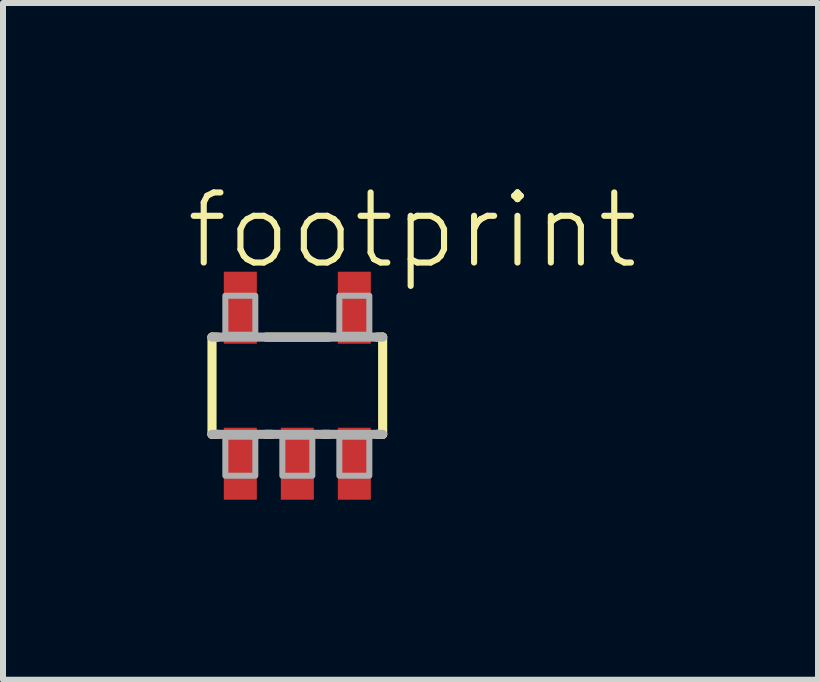
<source format=kicad_pcb>
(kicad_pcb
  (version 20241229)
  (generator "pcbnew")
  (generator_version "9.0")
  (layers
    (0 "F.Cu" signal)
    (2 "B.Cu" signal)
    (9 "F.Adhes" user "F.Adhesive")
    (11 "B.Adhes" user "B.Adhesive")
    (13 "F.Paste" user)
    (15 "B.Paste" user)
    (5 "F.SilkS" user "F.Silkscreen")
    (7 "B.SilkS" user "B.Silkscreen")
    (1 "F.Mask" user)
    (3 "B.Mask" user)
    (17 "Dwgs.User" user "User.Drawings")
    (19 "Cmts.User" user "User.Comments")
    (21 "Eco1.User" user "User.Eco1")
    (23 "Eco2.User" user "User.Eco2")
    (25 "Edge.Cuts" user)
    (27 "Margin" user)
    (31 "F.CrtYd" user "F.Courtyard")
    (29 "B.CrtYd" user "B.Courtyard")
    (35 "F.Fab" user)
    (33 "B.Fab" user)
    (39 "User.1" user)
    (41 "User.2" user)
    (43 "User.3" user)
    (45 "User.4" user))
  (footprint "footprint"
    (layer "F.Cu")
    (at 1.905 3.378)
    (property "Reference" "footprint" (at -1.905 -1.905 0) (layer "F.SilkS") (effects (font (size 1.168 1.168) (thickness 0.102)) (justify left bottom)))
    (fp_line (start -1.422 -0.81) (end -1.328 -0.81) (stroke (width 0.152) (type solid)) (layer "F.SilkS"))
    (fp_line (start -1.422 0.81) (end -1.422 -0.81) (stroke (width 0.152) (type solid)) (layer "F.SilkS"))
    (fp_line (start -1.328 0.81) (end -1.422 0.81) (stroke (width 0.152) (type solid)) (layer "F.SilkS"))
    (fp_line (start -0.522 -0.81) (end 0.522 -0.81) (stroke (width 0.152) (type solid)) (layer "F.SilkS"))
    (fp_line (start -0.428 0.81) (end -0.522 0.81) (stroke (width 0.152) (type solid)) (layer "F.SilkS"))
    (fp_line (start 0.522 0.81) (end 0.428 0.81) (stroke (width 0.152) (type solid)) (layer "F.SilkS"))
    (fp_line (start 1.328 -0.81) (end 1.422 -0.81) (stroke (width 0.152) (type solid)) (layer "F.SilkS"))
    (fp_line (start 1.422 -0.81) (end 1.422 0.81) (stroke (width 0.152) (type solid)) (layer "F.SilkS"))
    (fp_line (start 1.422 0.81) (end 1.328 0.81) (stroke (width 0.152) (type solid)) (layer "F.SilkS"))
    (fp_line (start -1.422 -0.81) (end 1.422 -0.81) (stroke (width 0.152) (type solid)) (layer "F.Fab"))
    (fp_line (start 1.422 0.81) (end -1.422 0.81) (stroke (width 0.152) (type solid)) (layer "F.Fab"))
    (fp_poly (pts (xy -1.2 -0.85) (xy -0.7 -0.85) (xy -0.7 -1.5) (xy -1.2 -1.5)) (stroke (width 0.1) (type solid)) (fill no) (layer "F.Fab"))
    (fp_poly (pts (xy -1.2 1.5) (xy -0.7 1.5) (xy -0.7 0.85) (xy -1.2 0.85)) (stroke (width 0.1) (type solid)) (fill no) (layer "F.Fab"))
    (fp_poly (pts (xy -0.25 1.5) (xy 0.25 1.5) (xy 0.25 0.85) (xy -0.25 0.85)) (stroke (width 0.1) (type solid)) (fill no) (layer "F.Fab"))
    (fp_poly (pts (xy 0.7 -0.85) (xy 1.2 -0.85) (xy 1.2 -1.5) (xy 0.7 -1.5)) (stroke (width 0.1) (type solid)) (fill no) (layer "F.Fab"))
    (fp_poly (pts (xy 0.7 1.5) (xy 1.2 1.5) (xy 1.2 0.85) (xy 0.7 0.85)) (stroke (width 0.1) (type solid)) (fill no) (layer "F.Fab"))
    (pad "1" smd rect (at -0.95 1.3) (size 0.55 1.2) (layers "F.Cu" "F.Mask" "F.Paste"))
    (pad "2" smd rect (at 0 1.3) (size 0.55 1.2) (layers "F.Cu" "F.Mask" "F.Paste"))
    (pad "3" smd rect (at 0.95 1.3) (size 0.55 1.2) (layers "F.Cu" "F.Mask" "F.Paste"))
    (pad "4" smd rect (at 0.95 -1.3) (size 0.55 1.2) (layers "F.Cu" "F.Mask" "F.Paste"))
    (pad "5" smd rect (at -0.95 -1.3) (size 0.55 1.2) (layers "F.Cu" "F.Mask" "F.Paste")))
  (gr_rect
    (start -3 -3)
    (end 10.582 8.278)
    (stroke (width 0.1) (type default))
    (fill no)
    (layer "Edge.Cuts")))
</source>
